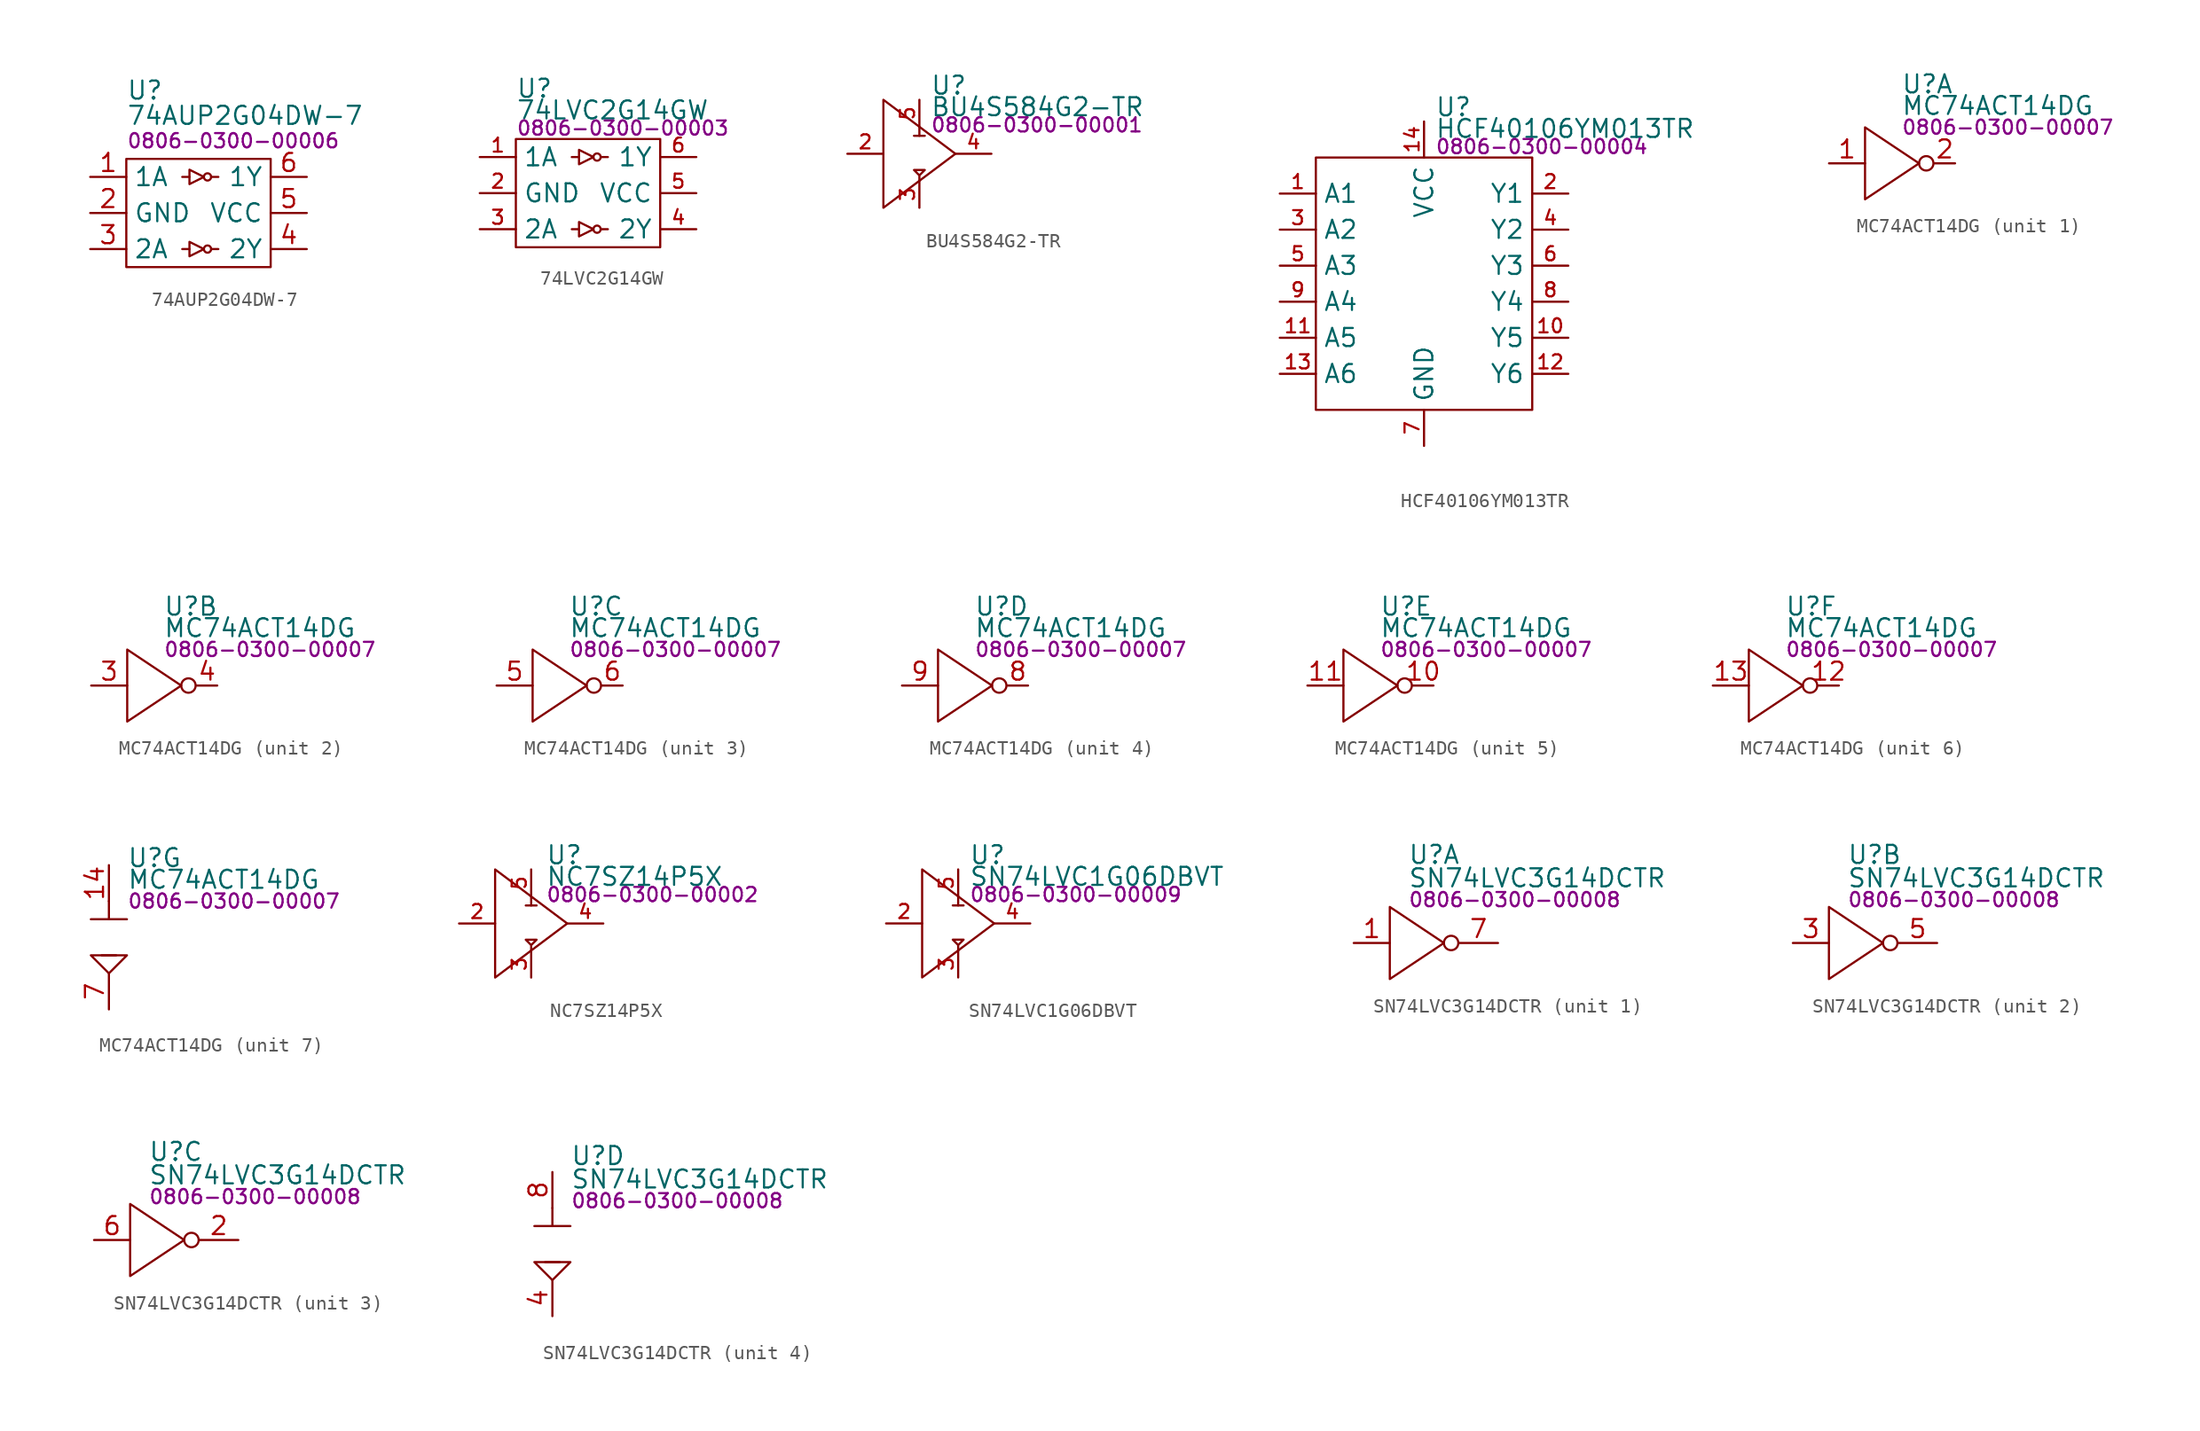
<source format=kicad_sym>
(kicad_symbol_lib
  (version 20231120)
  (generator "kicad_symbol_editor")
  (generator_version "8.0")
  (symbol "74AUP2G04DW-7"
    (property "Reference" "U"
      (at 2.54 6.096 0)
      (effects (font (size 1.27 1.27)) (justify left)))
    (property "Value" "74AUP2G04DW-7"
      (at 2.54 4.318 0)
      (effects (font (size 1.27 1.27)) (justify left)))
    (property "PartNumber" "0806-0300-00006"
      (at 2.54 2.54 0)
      (effects (font (size 1 1)) (justify left)))
    (symbol "74AUP2G04DW-7_0_0"
      (pin unspecified line (at 0 0 0) (length 2.54) (name "1A" (effects (font (size 1.27 1.27)))) (number "1" (effects (font (size 1.27 1.27)))))
      (pin unspecified line (at 0 -2.54 0) (length 2.54) (name "GND" (effects (font (size 1.27 1.27)))) (number "2" (effects (font (size 1.27 1.27)))))
      (pin unspecified line (at 0 -5.08 0) (length 2.54) (name "2A" (effects (font (size 1.27 1.27)))) (number "3" (effects (font (size 1.27 1.27)))))
      (pin unspecified line (at 15.24 -5.08 180) (length 2.54) (name "2Y" (effects (font (size 1.27 1.27)))) (number "4" (effects (font (size 1.27 1.27)))))
      (pin unspecified line (at 15.24 -2.54 180) (length 2.54) (name "VCC" (effects (font (size 1.27 1.27)))) (number "5" (effects (font (size 1.27 1.27)))))
      (pin unspecified line (at 15.24 0 180) (length 2.54) (name "1Y" (effects (font (size 1.27 1.27)))) (number "6" (effects (font (size 1.27 1.27))))))
    (symbol "74AUP2G04DW-7_0_1"
      (polyline (pts (xy 6.985 -5.08) (xy 6.477 -5.08)) (stroke (width 0) (type default)) (fill (type none)))
      (polyline (pts (xy 6.985 0) (xy 6.477 0)) (stroke (width 0) (type default)) (fill (type none)))
      (polyline (pts (xy 8.509 -5.08) (xy 9.017 -5.08)) (stroke (width 0) (type default)) (fill (type none)))
      (polyline (pts (xy 8.509 0) (xy 9.017 0)) (stroke (width 0) (type default)) (fill (type none)))
      (polyline (pts (xy 6.985 -4.572) (xy 6.985 -5.588) (xy 8.001 -5.08) (xy 6.985 -4.572)) (stroke (width 0) (type default)) (fill (type none)))
      (polyline (pts (xy 6.985 0.508) (xy 6.985 -0.508) (xy 8.001 0) (xy 6.985 0.508)) (stroke (width 0) (type default)) (fill (type none)))
      (rectangle (start 2.54 1.27) (end 12.7 -6.35) (stroke (width 0) (type default)) (fill (type none)))
      (circle (center 8.255 -5.08) (radius 0.254) (stroke (width 0) (type default)) (fill (type none)))
      (circle (center 8.255 0) (radius 0.254) (stroke (width 0) (type default)) (fill (type none)))))
  (symbol "74LVC2G14GW"
    (property "Reference" "U"
      (at 0 3.556 0)
      (effects (font (size 1.27 1.27)) (justify left)))
    (property "Value" "74LVC2G14GW"
      (at 0 2.032 0)
      (effects (font (size 1.27 1.27)) (justify left)))
    (property "PartNumber" "0806-0300-00003"
      (at 0 0.762 0)
      (effects (font (size 1 1)) (justify left)))
    (symbol "74LVC2G14GW_0_0"
      (pin input line (at -2.54 -1.27 0) (length 2.54) (name "1A" (effects (font (size 1.27 1.27)))) (number "1" (effects (font (size 0.991 0.991)))))
      (pin power_in line (at -2.54 -3.81 0) (length 2.54) (name "GND" (effects (font (size 1.27 1.27)))) (number "2" (effects (font (size 0.991 0.991)))))
      (pin input line (at -2.54 -6.35 0) (length 2.54) (name "2A" (effects (font (size 1.27 1.27)))) (number "3" (effects (font (size 0.991 0.991)))))
      (pin output line (at 12.7 -6.35 180) (length 2.54) (name "2Y" (effects (font (size 1.27 1.27)))) (number "4" (effects (font (size 0.991 0.991)))))
      (pin power_in line (at 12.7 -3.81 180) (length 2.54) (name "VCC" (effects (font (size 1.27 1.27)))) (number "5" (effects (font (size 0.991 0.991)))))
      (pin output line (at 12.7 -1.27 180) (length 2.54) (name "1Y" (effects (font (size 1.27 1.27)))) (number "6" (effects (font (size 0.991 0.991))))))
    (symbol "74LVC2G14GW_0_1"
      (polyline (pts (xy 4.445 -6.35) (xy 3.937 -6.35)) (stroke (width 0) (type default)) (fill (type none)))
      (polyline (pts (xy 4.445 -1.27) (xy 3.937 -1.27)) (stroke (width 0) (type default)) (fill (type none)))
      (polyline (pts (xy 5.969 -6.35) (xy 6.477 -6.35)) (stroke (width 0) (type default)) (fill (type none)))
      (polyline (pts (xy 5.969 -1.27) (xy 6.477 -1.27)) (stroke (width 0) (type default)) (fill (type none)))
      (polyline (pts (xy 4.445 -5.842) (xy 4.445 -6.858) (xy 5.461 -6.35) (xy 4.445 -5.842)) (stroke (width 0) (type default)) (fill (type none)))
      (polyline (pts (xy 4.445 -0.762) (xy 4.445 -1.778) (xy 5.461 -1.27) (xy 4.445 -0.762)) (stroke (width 0) (type default)) (fill (type none)))
      (rectangle (start 0 0) (end 10.16 -7.62) (stroke (width 0) (type default)) (fill (type none)))
      (circle (center 5.715 -6.35) (radius 0.254) (stroke (width 0) (type default)) (fill (type none)))
      (circle (center 5.715 -1.27) (radius 0.254) (stroke (width 0) (type default)) (fill (type none)))))
  (symbol "BU4S584G2-TR"
    (pin_names hide)
    (property "Reference" "U"
      (at 3.302 4.826 0)
      (effects (font (size 1.27 1.27)) (justify left)))
    (property "Value" "BU4S584G2-TR"
      (at 3.302 3.302 0)
      (effects (font (size 1.27 1.27)) (justify left)))
    (property "PartNumber" "0806-0300-00001"
      (at 3.302 2.032 0)
      (effects (font (size 1 1)) (justify left)))
    (symbol "BU4S584G2-TR_0_0"
      (polyline (pts (xy 2.54 1.905) (xy 2.54 1.27)) (stroke (width 0) (type default)) (fill (type none)))
      (polyline (pts (xy 2.921 1.27) (xy 2.159 1.27)) (stroke (width 0) (type default)) (fill (type none)))
      (polyline (pts (xy 2.54 -1.905) (xy 2.54 -1.524) (xy 2.159 -1.143) (xy 2.921 -1.143) (xy 2.54 -1.524)) (stroke (width 0) (type default)) (fill (type none)))
      (pin no_connect line (at 1.27 0 0) (length 2.54) hide (name "NC" (effects (font (size 1.27 1.27)))) (number "1" (effects (font (size 0.991 0.991)))))
      (pin input line (at -2.54 0 0) (length 2.54) (name "A" (effects (font (size 1.27 1.27)))) (number "2" (effects (font (size 0.991 0.991)))))
      (pin power_in line (at 2.54 -3.81 90) (length 1.9) (name "GND" (effects (font (size 1.27 1.27)))) (number "3" (effects (font (size 0.991 0.991)))))
      (pin output line (at 7.62 0 180) (length 2.54) (name "Y" (effects (font (size 1.27 1.27)))) (number "4" (effects (font (size 0.991 0.991)))))
      (pin power_in line (at 2.54 3.81 270) (length 1.9) (name "VCC" (effects (font (size 1.27 1.27)))) (number "5" (effects (font (size 0.991 0.991))))))
    (symbol "BU4S584G2-TR_1_1"
      (polyline (pts (xy 0 0) (xy 0 3.81) (xy 5.08 0) (xy 0 -3.81) (xy 0 0)) (stroke (width 0) (type default)) (fill (type none)))))
  (symbol "HCF40106YM013TR"
    (property "Reference" "U"
      (at 8.382 3.556 0)
      (effects (font (size 1.27 1.27)) (justify left)))
    (property "Value" "HCF40106YM013TR"
      (at 8.382 2.032 0)
      (effects (font (size 1.27 1.27)) (justify left)))
    (property "PartNumber" "0806-0300-00004"
      (at 8.382 0.762 0)
      (effects (font (size 1 1)) (justify left)))
    (symbol "HCF40106YM013TR_0_0"
      (pin input line (at -2.54 -2.54 0) (length 2.54) (name "A1" (effects (font (size 1.27 1.27)))) (number "1" (effects (font (size 0.991 0.991)))))
      (pin output line (at 17.78 -12.7 180) (length 2.54) (name "Y5" (effects (font (size 1.27 1.27)))) (number "10" (effects (font (size 0.991 0.991)))))
      (pin output line (at -2.54 -12.7 0) (length 2.54) (name "A5" (effects (font (size 1.27 1.27)))) (number "11" (effects (font (size 0.991 0.991)))))
      (pin output line (at 17.78 -15.24 180) (length 2.54) (name "Y6" (effects (font (size 1.27 1.27)))) (number "12" (effects (font (size 0.991 0.991)))))
      (pin output line (at -2.54 -15.24 0) (length 2.54) (name "A6" (effects (font (size 1.27 1.27)))) (number "13" (effects (font (size 0.991 0.991)))))
      (pin power_in line (at 7.62 2.54 270) (length 2.54) (name "VCC" (effects (font (size 1.27 1.27)))) (number "14" (effects (font (size 0.991 0.991)))))
      (pin input line (at 17.78 -2.54 180) (length 2.54) (name "Y1" (effects (font (size 1.27 1.27)))) (number "2" (effects (font (size 0.991 0.991)))))
      (pin input line (at -2.54 -5.08 0) (length 2.54) (name "A2" (effects (font (size 1.27 1.27)))) (number "3" (effects (font (size 0.991 0.991)))))
      (pin input line (at 17.78 -5.08 180) (length 2.54) (name "Y2" (effects (font (size 1.27 1.27)))) (number "4" (effects (font (size 0.991 0.991)))))
      (pin input line (at -2.54 -7.62 0) (length 2.54) (name "A3" (effects (font (size 1.27 1.27)))) (number "5" (effects (font (size 0.991 0.991)))))
      (pin input line (at 17.78 -7.62 180) (length 2.54) (name "Y3" (effects (font (size 1.27 1.27)))) (number "6" (effects (font (size 0.991 0.991)))))
      (pin power_in line (at 7.62 -20.32 90) (length 2.54) (name "GND" (effects (font (size 1.27 1.27)))) (number "7" (effects (font (size 0.991 0.991)))))
      (pin output line (at 17.78 -10.16 180) (length 2.54) (name "Y4" (effects (font (size 1.27 1.27)))) (number "8" (effects (font (size 0.991 0.991)))))
      (pin output line (at -2.54 -10.16 0) (length 2.54) (name "A4" (effects (font (size 1.27 1.27)))) (number "9" (effects (font (size 0.991 0.991))))))
    (symbol "HCF40106YM013TR_0_1"
      (rectangle (start 0 0) (end 15.24 -17.78) (stroke (width 0) (type default)) (fill (type none)))))
  (symbol "MC74ACT14DG"
    (property "Reference" "U"
      (at 1.27 5.588 0)
      (effects (font (size 1.27 1.27)) (justify left)))
    (property "Value" "MC74ACT14DG"
      (at 1.27 4.064 0)
      (effects (font (size 1.27 1.27)) (justify left)))
    (property "PartNumber" "0806-0300-00007"
      (at 1.27 2.54 0)
      (effects (font (size 1 1)) (justify left)))
    (property "ki_locked" ""
      (at 0 0 0)
      (effects (font (size 1.27 1.27))))
    (symbol "MC74ACT14DG_1_0"
      (pin input line (at -3.81 0 0) (length 2.54) (name "~" (effects (font (size 1.27 1.27)))) (number "1" (effects (font (size 1.27 1.27)))))
      (pin output line (at 5.08 0 180) (length 1.45) (name "~" (effects (font (size 1.27 1.27)))) (number "2" (effects (font (size 1.27 1.27))))))
    (symbol "MC74ACT14DG_1_1"
      (polyline (pts (xy -1.27 2.54) (xy -1.27 -2.54) (xy 2.54 0) (xy -1.27 2.54)) (stroke (width 0) (type default)) (fill (type none)))
      (circle (center 3.048 0) (radius 0.508) (stroke (width 0) (type default)) (fill (type none))))
    (symbol "MC74ACT14DG_2_0"
      (pin input line (at -3.81 0 0) (length 2.54) (name "~" (effects (font (size 1.27 1.27)))) (number "3" (effects (font (size 1.27 1.27)))))
      (pin output line (at 5.08 0 180) (length 1.45) (name "~" (effects (font (size 1.27 1.27)))) (number "4" (effects (font (size 1.27 1.27))))))
    (symbol "MC74ACT14DG_2_1"
      (polyline (pts (xy -1.27 2.54) (xy -1.27 -2.54) (xy 2.54 0) (xy -1.27 2.54)) (stroke (width 0) (type default)) (fill (type none)))
      (circle (center 3.048 0) (radius 0.508) (stroke (width 0) (type default)) (fill (type none))))
    (symbol "MC74ACT14DG_3_0"
      (pin input line (at -3.81 0 0) (length 2.54) (name "~" (effects (font (size 1.27 1.27)))) (number "5" (effects (font (size 1.27 1.27)))))
      (pin output line (at 5.08 0 180) (length 1.45) (name "~" (effects (font (size 1.27 1.27)))) (number "6" (effects (font (size 1.27 1.27))))))
    (symbol "MC74ACT14DG_3_1"
      (polyline (pts (xy -1.27 2.54) (xy -1.27 -2.54) (xy 2.54 0) (xy -1.27 2.54)) (stroke (width 0) (type default)) (fill (type none)))
      (circle (center 3.048 0) (radius 0.508) (stroke (width 0) (type default)) (fill (type none))))
    (symbol "MC74ACT14DG_4_0"
      (pin output line (at 5.08 0 180) (length 1.45) (name "~" (effects (font (size 1.27 1.27)))) (number "8" (effects (font (size 1.27 1.27)))))
      (pin input line (at -3.81 0 0) (length 2.54) (name "~" (effects (font (size 1.27 1.27)))) (number "9" (effects (font (size 1.27 1.27))))))
    (symbol "MC74ACT14DG_4_1"
      (polyline (pts (xy -1.27 2.54) (xy -1.27 -2.54) (xy 2.54 0) (xy -1.27 2.54)) (stroke (width 0) (type default)) (fill (type none)))
      (circle (center 3.048 0) (radius 0.508) (stroke (width 0) (type default)) (fill (type none))))
    (symbol "MC74ACT14DG_5_0"
      (pin output line (at 5.08 0 180) (length 1.45) (name "~" (effects (font (size 1.27 1.27)))) (number "10" (effects (font (size 1.27 1.27)))))
      (pin input line (at -3.81 0 0) (length 2.54) (name "~" (effects (font (size 1.27 1.27)))) (number "11" (effects (font (size 1.27 1.27))))))
    (symbol "MC74ACT14DG_5_1"
      (polyline (pts (xy -1.27 2.54) (xy -1.27 -2.54) (xy 2.54 0) (xy -1.27 2.54)) (stroke (width 0) (type default)) (fill (type none)))
      (circle (center 3.048 0) (radius 0.508) (stroke (width 0) (type default)) (fill (type none))))
    (symbol "MC74ACT14DG_6_0"
      (pin output line (at 5.08 0 180) (length 1.45) (name "~" (effects (font (size 1.27 1.27)))) (number "12" (effects (font (size 1.27 1.27)))))
      (pin input line (at -3.81 0 0) (length 2.54) (name "~" (effects (font (size 1.27 1.27)))) (number "13" (effects (font (size 1.27 1.27))))))
    (symbol "MC74ACT14DG_6_1"
      (polyline (pts (xy -1.27 2.54) (xy -1.27 -2.54) (xy 2.54 0) (xy -1.27 2.54)) (stroke (width 0) (type default)) (fill (type none)))
      (circle (center 3.048 0) (radius 0.508) (stroke (width 0) (type default)) (fill (type none))))
    (symbol "MC74ACT14DG_7_0"
      (pin power_in line (at 0 5.08 270) (length 2.54) (name "~" (effects (font (size 1.27 1.27)))) (number "14" (effects (font (size 1.27 1.27)))))
      (pin power_in line (at 0 -5.08 90) (length 2.54) (name "~" (effects (font (size 1.27 1.27)))) (number "7" (effects (font (size 1.27 1.27))))))
    (symbol "MC74ACT14DG_7_1"
      (polyline (pts (xy -1.27 1.27) (xy 1.27 1.27)) (stroke (width 0) (type default)) (fill (type none)))
      (polyline (pts (xy -0.508 -1.27) (xy 0.508 -1.27)) (stroke (width 0) (type default)) (fill (type none)))
      (polyline (pts (xy 0 2.54) (xy 0 1.27)) (stroke (width 0) (type default)) (fill (type none)))
      (polyline (pts (xy 0 -2.54) (xy -1.27 -1.27) (xy 1.27 -1.27) (xy 0 -2.54)) (stroke (width 0) (type default)) (fill (type none)))))
  (symbol "NC7SZ14P5X"
    (pin_names hide)
    (property "Reference" "U"
      (at 3.556 4.826 0)
      (effects (font (size 1.27 1.27)) (justify left)))
    (property "Value" "NC7SZ14P5X"
      (at 3.556 3.302 0)
      (effects (font (size 1.27 1.27)) (justify left)))
    (property "partNumber" "0806-0300-00002"
      (at 3.556 2.032 0)
      (effects (font (size 1 1)) (justify left)))
    (symbol "NC7SZ14P5X_0_0"
      (polyline (pts (xy 2.54 1.905) (xy 2.54 1.27)) (stroke (width 0) (type default)) (fill (type none)))
      (polyline (pts (xy 2.921 1.27) (xy 2.159 1.27)) (stroke (width 0) (type default)) (fill (type none)))
      (polyline (pts (xy 2.54 -1.905) (xy 2.54 -1.524) (xy 2.159 -1.143) (xy 2.921 -1.143) (xy 2.54 -1.524)) (stroke (width 0) (type default)) (fill (type none)))
      (pin no_connect line (at 1.27 0 0) (length 2.54) hide (name "NC" (effects (font (size 1.27 1.27)))) (number "1" (effects (font (size 0.991 0.991)))))
      (pin input line (at -2.54 0 0) (length 2.54) (name "A" (effects (font (size 1.27 1.27)))) (number "2" (effects (font (size 0.991 0.991)))))
      (pin power_in line (at 2.54 -3.81 90) (length 1.9) (name "GND" (effects (font (size 1.27 1.27)))) (number "3" (effects (font (size 0.991 0.991)))))
      (pin output line (at 7.62 0 180) (length 2.54) (name "Y" (effects (font (size 1.27 1.27)))) (number "4" (effects (font (size 0.991 0.991)))))
      (pin power_in line (at 2.54 3.81 270) (length 1.9) (name "VCC" (effects (font (size 1.27 1.27)))) (number "5" (effects (font (size 0.991 0.991))))))
    (symbol "NC7SZ14P5X_1_1"
      (polyline (pts (xy 0 0) (xy 0 3.81) (xy 5.08 0) (xy 0 -3.81) (xy 0 0)) (stroke (width 0) (type default)) (fill (type none)))))
  (symbol "SN74LVC1G06DBVT"
    (pin_names hide)
    (property "Reference" "U"
      (at 3.302 4.826 0)
      (effects (font (size 1.27 1.27)) (justify left)))
    (property "Value" "SN74LVC1G06DBVT"
      (at 3.302 3.302 0)
      (effects (font (size 1.27 1.27)) (justify left)))
    (property "PartNumber" "0806-0300-00009"
      (at 3.302 2.032 0)
      (effects (font (size 1 1)) (justify left)))
    (symbol "SN74LVC1G06DBVT_0_0"
      (polyline (pts (xy 2.54 1.905) (xy 2.54 1.27)) (stroke (width 0) (type default)) (fill (type none)))
      (polyline (pts (xy 2.921 1.27) (xy 2.159 1.27)) (stroke (width 0) (type default)) (fill (type none)))
      (polyline (pts (xy 2.54 -1.905) (xy 2.54 -1.524) (xy 2.159 -1.143) (xy 2.921 -1.143) (xy 2.54 -1.524)) (stroke (width 0) (type default)) (fill (type none)))
      (pin no_connect line (at 1.27 0 0) (length 2.54) hide (name "NC" (effects (font (size 1.27 1.27)))) (number "1" (effects (font (size 0.991 0.991)))))
      (pin input line (at -2.54 0 0) (length 2.54) (name "A" (effects (font (size 1.27 1.27)))) (number "2" (effects (font (size 0.991 0.991)))))
      (pin power_in line (at 2.54 -3.81 90) (length 1.9) (name "GND" (effects (font (size 1.27 1.27)))) (number "3" (effects (font (size 0.991 0.991)))))
      (pin output line (at 7.62 0 180) (length 2.54) (name "Y" (effects (font (size 1.27 1.27)))) (number "4" (effects (font (size 0.991 0.991)))))
      (pin power_in line (at 2.54 3.81 270) (length 1.9) (name "VCC" (effects (font (size 1.27 1.27)))) (number "5" (effects (font (size 0.991 0.991))))))
    (symbol "SN74LVC1G06DBVT_1_1"
      (polyline (pts (xy 0 0) (xy 0 3.81) (xy 5.08 0) (xy 0 -3.81) (xy 0 0)) (stroke (width 0) (type default)) (fill (type none)))))
  (symbol "SN74LVC3G14DCTR"
    (property "Reference" "U"
      (at 1.27 6.223 0)
      (effects (font (size 1.27 1.27)) (justify left)))
    (property "Value" "SN74LVC3G14DCTR"
      (at 1.27 4.572 0)
      (effects (font (size 1.27 1.27)) (justify left)))
    (property "PartNumber" "0806-0300-00008"
      (at 1.27 3.048 0)
      (effects (font (size 1 1)) (justify left)))
    (property "ki_locked" ""
      (at 0 0 0)
      (effects (font (size 1.27 1.27))))
    (symbol "SN74LVC3G14DCTR_1_0"
      (pin input line (at -2.54 0 0) (length 2.54) (name "~" (effects (font (size 1.27 1.27)))) (number "1" (effects (font (size 1.27 1.27)))))
      (pin output line (at 7.62 0 180) (length 2.75) (name "~" (effects (font (size 1.27 1.27)))) (number "7" (effects (font (size 1.27 1.27))))))
    (symbol "SN74LVC3G14DCTR_1_1"
      (polyline (pts (xy 0 2.54) (xy 0 -2.54) (xy 3.81 0) (xy 0 2.54)) (stroke (width 0) (type default)) (fill (type none)))
      (circle (center 4.318 0) (radius 0.508) (stroke (width 0) (type default)) (fill (type none))))
    (symbol "SN74LVC3G14DCTR_2_0"
      (pin input line (at -2.54 0 0) (length 2.54) (name "~" (effects (font (size 1.27 1.27)))) (number "3" (effects (font (size 1.27 1.27)))))
      (pin output line (at 7.62 0 180) (length 2.75) (name "~" (effects (font (size 1.27 1.27)))) (number "5" (effects (font (size 1.27 1.27))))))
    (symbol "SN74LVC3G14DCTR_2_1"
      (polyline (pts (xy 0 2.54) (xy 0 -2.54) (xy 3.81 0) (xy 0 2.54)) (stroke (width 0) (type default)) (fill (type none)))
      (circle (center 4.318 0) (radius 0.508) (stroke (width 0) (type default)) (fill (type none))))
    (symbol "SN74LVC3G14DCTR_3_0"
      (pin output line (at 7.62 0 180) (length 2.75) (name "~" (effects (font (size 1.27 1.27)))) (number "2" (effects (font (size 1.27 1.27)))))
      (pin input line (at -2.54 0 0) (length 2.54) (name "~" (effects (font (size 1.27 1.27)))) (number "6" (effects (font (size 1.27 1.27))))))
    (symbol "SN74LVC3G14DCTR_3_1"
      (polyline (pts (xy 0 2.54) (xy 0 -2.54) (xy 3.81 0) (xy 0 2.54)) (stroke (width 0) (type default)) (fill (type none)))
      (circle (center 4.318 0) (radius 0.508) (stroke (width 0) (type default)) (fill (type none))))
    (symbol "SN74LVC3G14DCTR_4_0"
      (pin power_in line (at 0 -5.08 90) (length 2.54) (name "~" (effects (font (size 1.27 1.27)))) (number "4" (effects (font (size 1.27 1.27)))))
      (pin power_in line (at 0 5.08 270) (length 2.54) (name "~" (effects (font (size 1.27 1.27)))) (number "8" (effects (font (size 1.27 1.27))))))
    (symbol "SN74LVC3G14DCTR_4_1"
      (polyline (pts (xy -1.27 1.27) (xy 1.27 1.27)) (stroke (width 0) (type default)) (fill (type none)))
      (polyline (pts (xy -0.508 -1.27) (xy 0.508 -1.27)) (stroke (width 0) (type default)) (fill (type none)))
      (polyline (pts (xy 0 2.54) (xy 0 1.27)) (stroke (width 0) (type default)) (fill (type none)))
      (polyline (pts (xy 0 -2.54) (xy -1.27 -1.27) (xy 1.27 -1.27) (xy 0 -2.54)) (stroke (width 0) (type default)) (fill (type none))))))
</source>
